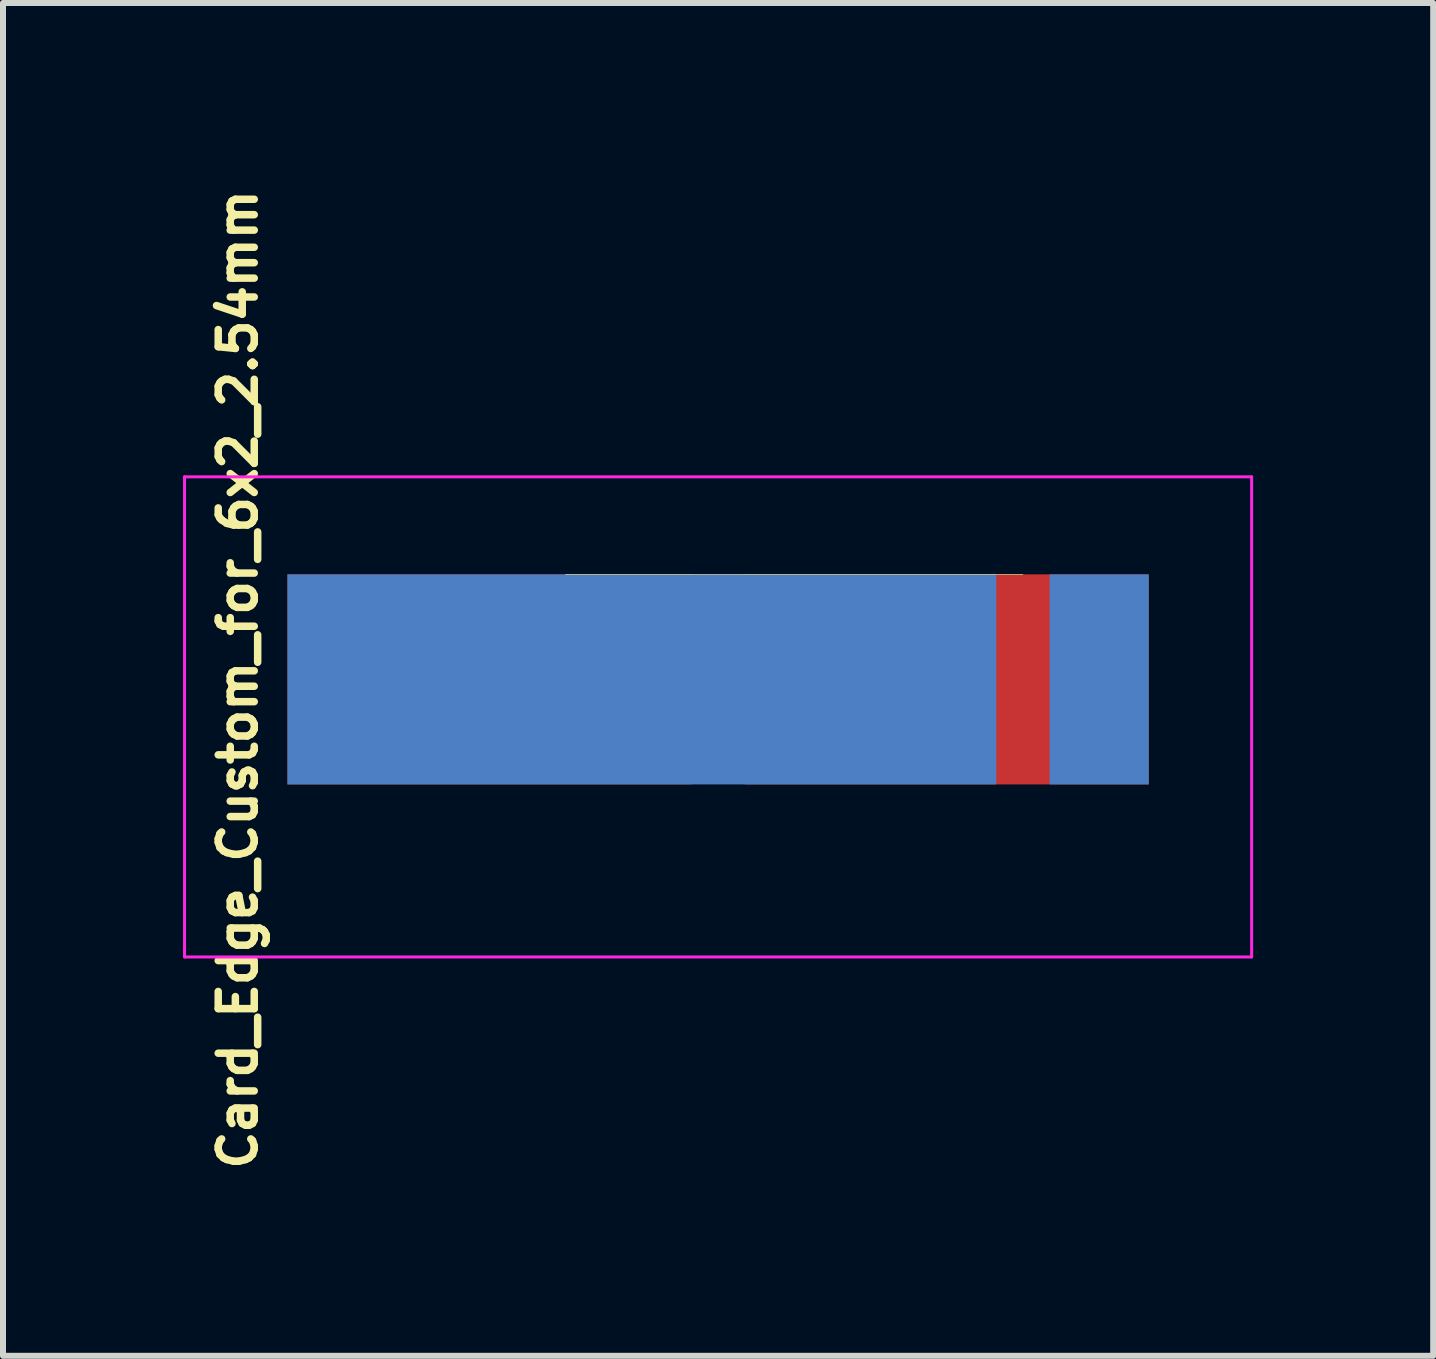
<source format=kicad_pcb>
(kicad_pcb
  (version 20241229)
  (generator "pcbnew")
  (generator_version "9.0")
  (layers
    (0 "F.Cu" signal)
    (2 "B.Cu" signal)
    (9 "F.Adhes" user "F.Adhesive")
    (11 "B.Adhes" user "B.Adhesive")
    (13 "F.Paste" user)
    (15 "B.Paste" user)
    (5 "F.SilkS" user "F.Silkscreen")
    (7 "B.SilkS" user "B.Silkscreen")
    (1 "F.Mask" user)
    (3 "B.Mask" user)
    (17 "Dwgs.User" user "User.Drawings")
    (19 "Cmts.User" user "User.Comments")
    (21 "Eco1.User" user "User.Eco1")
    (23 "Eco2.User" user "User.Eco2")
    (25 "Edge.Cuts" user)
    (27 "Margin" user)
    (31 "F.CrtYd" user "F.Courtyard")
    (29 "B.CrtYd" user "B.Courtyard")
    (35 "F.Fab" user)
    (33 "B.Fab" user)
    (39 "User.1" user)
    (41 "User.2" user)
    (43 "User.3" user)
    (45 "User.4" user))
  (footprint "Card_Edge_Custom_for_6x2_2.54mm"
    (layer "F.Cu")
    (at 8.915 4.895)
    (property "Reference" "Card_Edge_Custom_for_6x2_2.54mm" (at -8 3.375 90) (layer "F.SilkS") (effects (font (size 0.6 0.6) (thickness 0.125))))
    (attr through_hole)
    (fp_line (start -2.54 1.626) (end 5.08 1.626) (stroke (width 0.01) (type solid)) (layer "F.SilkS"))
    (fp_line (start -8.89 0) (end -8.89 8) (stroke (width 0.05) (type solid)) (layer "F.CrtYd"))
    (fp_line (start -8.89 0) (end 8.89 0) (stroke (width 0.05) (type solid)) (layer "F.CrtYd"))
    (fp_line (start -8.89 8) (end 8.89 8) (stroke (width 0.05) (type solid)) (layer "F.CrtYd"))
    (fp_line (start 8.89 0) (end 8.89 8) (stroke (width 0.05) (type solid)) (layer "F.CrtYd"))
    (pad "1" connect rect (at -3.81 3.375) (size 6.731 3.5) (layers "F.Cu" "F.Mask"))
    (pad "2" connect rect (at 3.81 3.375) (size 6.731 3.5) (layers "F.Cu" "F.Mask"))
    (pad "3" connect rect (at -1.27 3.375) (size 11.811 3.5) (layers "B.Cu" "B.Mask"))
    (pad "4" connect rect (at 6.35 3.375) (size 1.65 3.5) (layers "B.Cu" "B.Mask")))
  (gr_rect
    (start -3 -3)
    (end 20.83 19.541)
    (stroke (width 0.1) (type default))
    (fill no)
    (layer "Edge.Cuts")))
</source>
